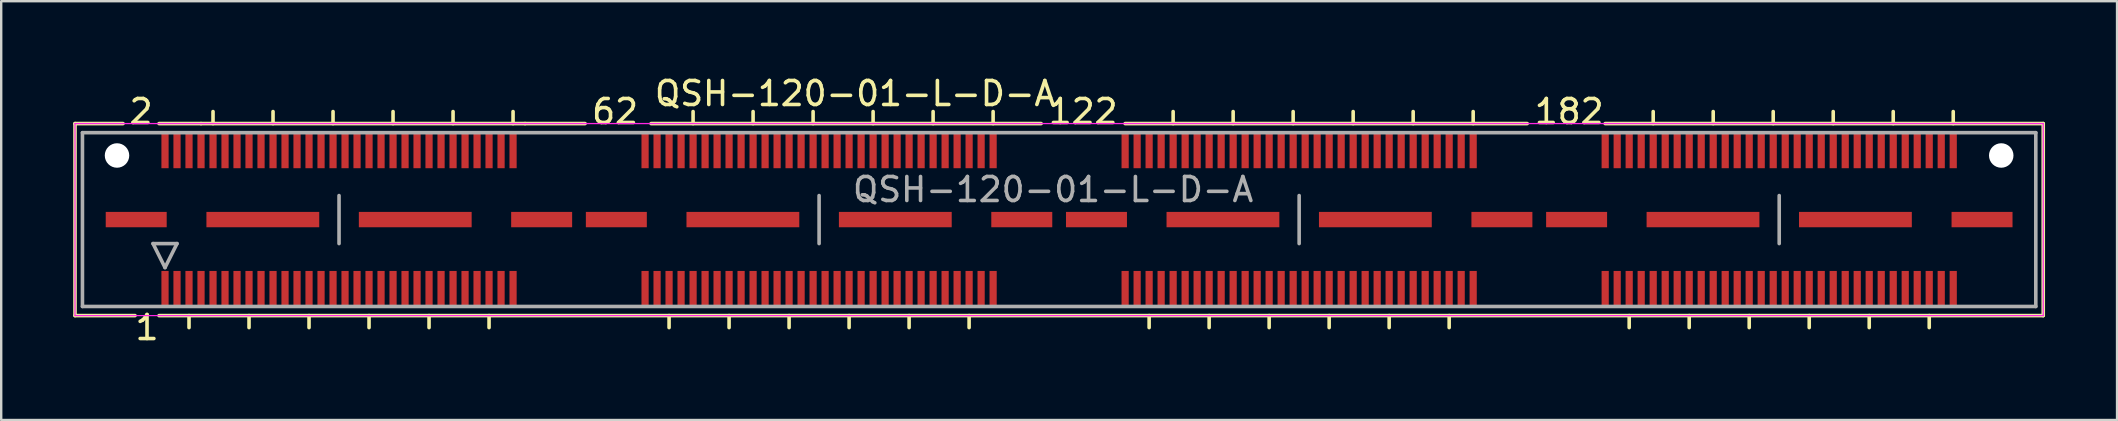
<source format=kicad_pcb>
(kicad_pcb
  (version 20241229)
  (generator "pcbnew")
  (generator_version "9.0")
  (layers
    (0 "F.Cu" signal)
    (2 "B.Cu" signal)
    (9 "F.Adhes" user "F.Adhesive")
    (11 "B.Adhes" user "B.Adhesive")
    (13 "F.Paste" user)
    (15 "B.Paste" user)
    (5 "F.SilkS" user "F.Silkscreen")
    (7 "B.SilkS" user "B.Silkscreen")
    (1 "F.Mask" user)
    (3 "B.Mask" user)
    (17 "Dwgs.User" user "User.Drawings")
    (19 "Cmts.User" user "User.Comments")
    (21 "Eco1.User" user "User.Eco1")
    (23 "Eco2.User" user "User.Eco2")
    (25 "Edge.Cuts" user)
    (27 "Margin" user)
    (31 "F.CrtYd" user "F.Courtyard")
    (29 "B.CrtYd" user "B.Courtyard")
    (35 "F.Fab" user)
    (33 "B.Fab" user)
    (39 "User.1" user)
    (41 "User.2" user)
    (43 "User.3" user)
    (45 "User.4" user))
  (footprint "QSH-120-01-L-D-A"
    (layer "F.Cu")
    (at 41.075 6.098)
    (property "Reference" "QSH-120-01-L-D-A" (at -8.5 -5.25 0) (layer "F.SilkS") (effects (font (size 1 1) (thickness 0.15))))
    (attr smd)
    (fp_line (start -41 -4) (end -41 4) (stroke (width 0.15) (type solid)) (layer "F.SilkS"))
    (fp_line (start -41 4) (end -38.5 4) (stroke (width 0.15) (type solid)) (layer "F.SilkS"))
    (fp_line (start -39 -4) (end -41 -4) (stroke (width 0.15) (type solid)) (layer "F.SilkS"))
    (fp_line (start -37.5 -4) (end -35.75 -4) (stroke (width 0.15) (type solid)) (layer "F.SilkS"))
    (fp_line (start -37.5 4) (end 41 4) (stroke (width 0.15) (type solid)) (layer "F.SilkS"))
    (fp_line (start -36.25 4) (end -36.25 4.5) (stroke (width 0.15) (type solid)) (layer "F.SilkS"))
    (fp_line (start -35.75 -4) (end -22.25 -4) (stroke (width 0.15) (type solid)) (layer "F.SilkS"))
    (fp_line (start -35.25 -4) (end -35.25 -4.5) (stroke (width 0.15) (type solid)) (layer "F.SilkS"))
    (fp_line (start -33.75 4) (end -33.75 4.5) (stroke (width 0.15) (type solid)) (layer "F.SilkS"))
    (fp_line (start -32.75 -4) (end -32.75 -4.5) (stroke (width 0.15) (type solid)) (layer "F.SilkS"))
    (fp_line (start -31.25 4) (end -31.25 4.5) (stroke (width 0.15) (type solid)) (layer "F.SilkS"))
    (fp_line (start -30.25 -4) (end -30.25 -4.5) (stroke (width 0.15) (type solid)) (layer "F.SilkS"))
    (fp_line (start -28.75 4) (end -28.75 4.5) (stroke (width 0.15) (type solid)) (layer "F.SilkS"))
    (fp_line (start -27.75 -4) (end -27.75 -4.5) (stroke (width 0.15) (type solid)) (layer "F.SilkS"))
    (fp_line (start -26.25 4) (end -26.25 4.5) (stroke (width 0.15) (type solid)) (layer "F.SilkS"))
    (fp_line (start -25.25 -4) (end -25.25 -4.5) (stroke (width 0.15) (type solid)) (layer "F.SilkS"))
    (fp_line (start -23.75 4) (end -23.75 4.5) (stroke (width 0.15) (type solid)) (layer "F.SilkS"))
    (fp_line (start -22.75 -4) (end -22.75 -4.5) (stroke (width 0.15) (type solid)) (layer "F.SilkS"))
    (fp_line (start -22.25 -4) (end -19.75 -4) (stroke (width 0.15) (type solid)) (layer "F.SilkS"))
    (fp_line (start -17 -4) (end -0.75 -4) (stroke (width 0.15) (type solid)) (layer "F.SilkS"))
    (fp_line (start -16.25 4) (end -16.25 4.5) (stroke (width 0.15) (type solid)) (layer "F.SilkS"))
    (fp_line (start -15.25 -4) (end -15.25 -4.5) (stroke (width 0.15) (type solid)) (layer "F.SilkS"))
    (fp_line (start -13.75 4) (end -13.75 4.5) (stroke (width 0.15) (type solid)) (layer "F.SilkS"))
    (fp_line (start -12.75 -4) (end -12.75 -4.5) (stroke (width 0.15) (type solid)) (layer "F.SilkS"))
    (fp_line (start -11.25 4) (end -11.25 4.5) (stroke (width 0.15) (type solid)) (layer "F.SilkS"))
    (fp_line (start -10.25 -4) (end -10.25 -4.5) (stroke (width 0.15) (type solid)) (layer "F.SilkS"))
    (fp_line (start -8.75 4) (end -8.75 4.5) (stroke (width 0.15) (type solid)) (layer "F.SilkS"))
    (fp_line (start -7.75 -4) (end -7.75 -4.5) (stroke (width 0.15) (type solid)) (layer "F.SilkS"))
    (fp_line (start -6.25 4) (end -6.25 4.5) (stroke (width 0.15) (type solid)) (layer "F.SilkS"))
    (fp_line (start -5.25 -4) (end -5.25 -4.5) (stroke (width 0.15) (type solid)) (layer "F.SilkS"))
    (fp_line (start -3.75 4.5) (end -3.75 4) (stroke (width 0.15) (type solid)) (layer "F.SilkS"))
    (fp_line (start -2.75 -4) (end -2.75 -4.5) (stroke (width 0.15) (type solid)) (layer "F.SilkS"))
    (fp_line (start 3.75 4) (end 3.75 4.5) (stroke (width 0.15) (type solid)) (layer "F.SilkS"))
    (fp_line (start 4.75 -4) (end 4.75 -4.5) (stroke (width 0.15) (type solid)) (layer "F.SilkS"))
    (fp_line (start 6.25 4) (end 6.25 4.5) (stroke (width 0.15) (type solid)) (layer "F.SilkS"))
    (fp_line (start 7.25 -4) (end 7.25 -4.5) (stroke (width 0.15) (type solid)) (layer "F.SilkS"))
    (fp_line (start 8.75 4) (end 8.75 4.5) (stroke (width 0.15) (type solid)) (layer "F.SilkS"))
    (fp_line (start 9.75 -4) (end 9.75 -4.5) (stroke (width 0.15) (type solid)) (layer "F.SilkS"))
    (fp_line (start 11.25 4) (end 11.25 4.5) (stroke (width 0.15) (type solid)) (layer "F.SilkS"))
    (fp_line (start 12.25 -4) (end 12.25 -4.5) (stroke (width 0.15) (type solid)) (layer "F.SilkS"))
    (fp_line (start 13.75 4) (end 13.75 4.5) (stroke (width 0.15) (type solid)) (layer "F.SilkS"))
    (fp_line (start 14.75 -4) (end 14.75 -4.5) (stroke (width 0.15) (type solid)) (layer "F.SilkS"))
    (fp_line (start 16.25 4) (end 16.25 4.5) (stroke (width 0.15) (type solid)) (layer "F.SilkS"))
    (fp_line (start 17.25 -4) (end 17.25 -4.5) (stroke (width 0.15) (type solid)) (layer "F.SilkS"))
    (fp_line (start 19.5 -4) (end 2.75 -4) (stroke (width 0.15) (type solid)) (layer "F.SilkS"))
    (fp_line (start 23.75 4) (end 23.75 4.5) (stroke (width 0.15) (type solid)) (layer "F.SilkS"))
    (fp_line (start 24.75 -4) (end 24.75 -4.5) (stroke (width 0.15) (type solid)) (layer "F.SilkS"))
    (fp_line (start 26.25 4) (end 26.25 4.5) (stroke (width 0.15) (type solid)) (layer "F.SilkS"))
    (fp_line (start 27.25 -4) (end 27.25 -4.5) (stroke (width 0.15) (type solid)) (layer "F.SilkS"))
    (fp_line (start 28.75 4) (end 28.75 4.5) (stroke (width 0.15) (type solid)) (layer "F.SilkS"))
    (fp_line (start 29.75 -4) (end 29.75 -4.5) (stroke (width 0.15) (type solid)) (layer "F.SilkS"))
    (fp_line (start 31.25 4) (end 31.25 4.5) (stroke (width 0.15) (type solid)) (layer "F.SilkS"))
    (fp_line (start 32.25 -4) (end 32.25 -4.5) (stroke (width 0.15) (type solid)) (layer "F.SilkS"))
    (fp_line (start 33.75 4) (end 33.75 4.5) (stroke (width 0.15) (type solid)) (layer "F.SilkS"))
    (fp_line (start 34.75 -4) (end 34.75 -4.5) (stroke (width 0.15) (type solid)) (layer "F.SilkS"))
    (fp_line (start 36.25 4) (end 36.25 4.5) (stroke (width 0.15) (type solid)) (layer "F.SilkS"))
    (fp_line (start 37.25 -4) (end 37.25 -4.5) (stroke (width 0.15) (type solid)) (layer "F.SilkS"))
    (fp_line (start 41 -4) (end 22.75 -4) (stroke (width 0.15) (type solid)) (layer "F.SilkS"))
    (fp_line (start 41 4) (end 41 -4) (stroke (width 0.15) (type solid)) (layer "F.SilkS"))
    (fp_line (start -41 -4) (end -41 4) (stroke (width 0.05) (type solid)) (layer "F.CrtYd"))
    (fp_line (start -41 -4) (end 41 -4) (stroke (width 0.05) (type solid)) (layer "F.CrtYd"))
    (fp_line (start 41 -4) (end 41 4) (stroke (width 0.05) (type solid)) (layer "F.CrtYd"))
    (fp_line (start 41 4) (end -41 4) (stroke (width 0.05) (type solid)) (layer "F.CrtYd"))
    (fp_line (start -40.69 -3.62) (end -40.69 3.62) (stroke (width 0.15) (type solid)) (layer "F.Fab"))
    (fp_line (start -40.69 3.62) (end 40.69 3.62) (stroke (width 0.15) (type solid)) (layer "F.Fab"))
    (fp_line (start -37.75 1) (end -36.75 1) (stroke (width 0.15) (type solid)) (layer "F.Fab"))
    (fp_line (start -37.25 2) (end -37.75 1) (stroke (width 0.15) (type solid)) (layer "F.Fab"))
    (fp_line (start -36.75 1) (end -37.25 2) (stroke (width 0.15) (type solid)) (layer "F.Fab"))
    (fp_line (start -30 -1) (end -30 1) (stroke (width 0.15) (type solid)) (layer "F.Fab"))
    (fp_line (start -10 -1) (end -10 1) (stroke (width 0.15) (type solid)) (layer "F.Fab"))
    (fp_line (start 10 -1) (end 10 1) (stroke (width 0.15) (type solid)) (layer "F.Fab"))
    (fp_line (start 30 -1) (end 30 1) (stroke (width 0.15) (type solid)) (layer "F.Fab"))
    (fp_line (start 40.69 -3.62) (end -40.69 -3.62) (stroke (width 0.15) (type solid)) (layer "F.Fab"))
    (fp_line (start 40.69 3.62) (end 40.69 -3.62) (stroke (width 0.15) (type solid)) (layer "F.Fab"))
    (fp_text user "62" (at -18.5 -4.5 0) (layer "F.SilkS") (effects (font (size 1 1) (thickness 0.15))))
    (fp_text user "182" (at 21.25 -4.5 0) (layer "F.SilkS") (effects (font (size 1 1) (thickness 0.15))))
    (fp_text user "2" (at -38.25 -4.5 0) (layer "F.SilkS") (effects (font (size 1 1) (thickness 0.15))))
    (fp_text user "122" (at 1 -4.5 0) (layer "F.SilkS") (effects (font (size 1 1) (thickness 0.15))))
    (fp_text user "1" (at -38 4.5 0) (layer "F.SilkS") (effects (font (size 1 1) (thickness 0.15))))
    (fp_text user "${REFERENCE}" (at -0.25 -1.25 0) (layer "F.Fab") (effects (font (size 1 1) (thickness 0.15))))
    (pad "" np_thru_hole circle (at -39.25 -2.67) (size 1.02 1.02) (drill 1.02) (layers "*.Cu" "*.Mask"))
    (pad "" np_thru_hole circle (at 39.25 -2.67) (size 1.02 1.02) (drill 1.02) (layers "*.Cu" "*.Mask"))
    (pad "1" smd rect (at -37.25 2.865) (size 0.3 1.45) (layers "F.Cu" "F.Mask" "F.Paste"))
    (pad "2" smd rect (at -37.25 -2.865) (size 0.3 1.45) (layers "F.Cu" "F.Mask" "F.Paste"))
    (pad "3" smd rect (at -36.75 2.865) (size 0.3 1.45) (layers "F.Cu" "F.Mask" "F.Paste"))
    (pad "4" smd rect (at -36.75 -2.865) (size 0.3 1.45) (layers "F.Cu" "F.Mask" "F.Paste"))
    (pad "5" smd rect (at -36.25 2.865) (size 0.3 1.45) (layers "F.Cu" "F.Mask" "F.Paste"))
    (pad "6" smd rect (at -36.25 -2.865) (size 0.3 1.45) (layers "F.Cu" "F.Mask" "F.Paste"))
    (pad "7" smd rect (at -35.75 2.865) (size 0.3 1.45) (layers "F.Cu" "F.Mask" "F.Paste"))
    (pad "8" smd rect (at -35.75 -2.865) (size 0.3 1.45) (layers "F.Cu" "F.Mask" "F.Paste"))
    (pad "9" smd rect (at -35.25 2.865) (size 0.3 1.45) (layers "F.Cu" "F.Mask" "F.Paste"))
    (pad "10" smd rect (at -35.25 -2.865) (size 0.3 1.45) (layers "F.Cu" "F.Mask" "F.Paste"))
    (pad "11" smd rect (at -34.75 2.865) (size 0.3 1.45) (layers "F.Cu" "F.Mask" "F.Paste"))
    (pad "12" smd rect (at -34.75 -2.865) (size 0.3 1.45) (layers "F.Cu" "F.Mask" "F.Paste"))
    (pad "13" smd rect (at -34.25 2.865) (size 0.3 1.45) (layers "F.Cu" "F.Mask" "F.Paste"))
    (pad "14" smd rect (at -34.25 -2.865) (size 0.3 1.45) (layers "F.Cu" "F.Mask" "F.Paste"))
    (pad "15" smd rect (at -33.75 2.865) (size 0.3 1.45) (layers "F.Cu" "F.Mask" "F.Paste"))
    (pad "16" smd rect (at -33.75 -2.865) (size 0.3 1.45) (layers "F.Cu" "F.Mask" "F.Paste"))
    (pad "17" smd rect (at -33.25 2.865) (size 0.3 1.45) (layers "F.Cu" "F.Mask" "F.Paste"))
    (pad "18" smd rect (at -33.25 -2.865) (size 0.3 1.45) (layers "F.Cu" "F.Mask" "F.Paste"))
    (pad "19" smd rect (at -32.75 2.865) (size 0.3 1.45) (layers "F.Cu" "F.Mask" "F.Paste"))
    (pad "20" smd rect (at -32.75 -2.865) (size 0.3 1.45) (layers "F.Cu" "F.Mask" "F.Paste"))
    (pad "21" smd rect (at -32.25 2.865) (size 0.3 1.45) (layers "F.Cu" "F.Mask" "F.Paste"))
    (pad "22" smd rect (at -32.25 -2.865) (size 0.3 1.45) (layers "F.Cu" "F.Mask" "F.Paste"))
    (pad "23" smd rect (at -31.75 2.865) (size 0.3 1.45) (layers "F.Cu" "F.Mask" "F.Paste"))
    (pad "24" smd rect (at -31.75 -2.865) (size 0.3 1.45) (layers "F.Cu" "F.Mask" "F.Paste"))
    (pad "25" smd rect (at -31.25 2.865) (size 0.3 1.45) (layers "F.Cu" "F.Mask" "F.Paste"))
    (pad "26" smd rect (at -31.25 -2.865) (size 0.3 1.45) (layers "F.Cu" "F.Mask" "F.Paste"))
    (pad "27" smd rect (at -30.75 2.865) (size 0.3 1.45) (layers "F.Cu" "F.Mask" "F.Paste"))
    (pad "28" smd rect (at -30.75 -2.865) (size 0.3 1.45) (layers "F.Cu" "F.Mask" "F.Paste"))
    (pad "29" smd rect (at -30.25 2.865) (size 0.3 1.45) (layers "F.Cu" "F.Mask" "F.Paste"))
    (pad "30" smd rect (at -30.25 -2.865) (size 0.3 1.45) (layers "F.Cu" "F.Mask" "F.Paste"))
    (pad "31" smd rect (at -29.75 2.865) (size 0.3 1.45) (layers "F.Cu" "F.Mask" "F.Paste"))
    (pad "32" smd rect (at -29.75 -2.865) (size 0.3 1.45) (layers "F.Cu" "F.Mask" "F.Paste"))
    (pad "33" smd rect (at -29.25 2.865) (size 0.3 1.45) (layers "F.Cu" "F.Mask" "F.Paste"))
    (pad "34" smd rect (at -29.25 -2.865) (size 0.3 1.45) (layers "F.Cu" "F.Mask" "F.Paste"))
    (pad "35" smd rect (at -28.75 2.865) (size 0.3 1.45) (layers "F.Cu" "F.Mask" "F.Paste"))
    (pad "36" smd rect (at -28.75 -2.865) (size 0.3 1.45) (layers "F.Cu" "F.Mask" "F.Paste"))
    (pad "37" smd rect (at -28.25 2.865) (size 0.3 1.45) (layers "F.Cu" "F.Mask" "F.Paste"))
    (pad "38" smd rect (at -28.25 -2.865) (size 0.3 1.45) (layers "F.Cu" "F.Mask" "F.Paste"))
    (pad "39" smd rect (at -27.75 2.865) (size 0.3 1.45) (layers "F.Cu" "F.Mask" "F.Paste"))
    (pad "40" smd rect (at -27.75 -2.865) (size 0.3 1.45) (layers "F.Cu" "F.Mask" "F.Paste"))
    (pad "41" smd rect (at -27.25 2.865) (size 0.3 1.45) (layers "F.Cu" "F.Mask" "F.Paste"))
    (pad "42" smd rect (at -27.25 -2.865) (size 0.3 1.45) (layers "F.Cu" "F.Mask" "F.Paste"))
    (pad "43" smd rect (at -26.75 2.865) (size 0.3 1.45) (layers "F.Cu" "F.Mask" "F.Paste"))
    (pad "44" smd rect (at -26.75 -2.865) (size 0.3 1.45) (layers "F.Cu" "F.Mask" "F.Paste"))
    (pad "45" smd rect (at -26.25 2.865) (size 0.3 1.45) (layers "F.Cu" "F.Mask" "F.Paste"))
    (pad "46" smd rect (at -26.25 -2.865) (size 0.3 1.45) (layers "F.Cu" "F.Mask" "F.Paste"))
    (pad "47" smd rect (at -25.75 2.865) (size 0.3 1.45) (layers "F.Cu" "F.Mask" "F.Paste"))
    (pad "48" smd rect (at -25.75 -2.865) (size 0.3 1.45) (layers "F.Cu" "F.Mask" "F.Paste"))
    (pad "49" smd rect (at -25.25 2.865) (size 0.3 1.45) (layers "F.Cu" "F.Mask" "F.Paste"))
    (pad "50" smd rect (at -25.25 -2.865) (size 0.3 1.45) (layers "F.Cu" "F.Mask" "F.Paste"))
    (pad "51" smd rect (at -24.75 2.865) (size 0.3 1.45) (layers "F.Cu" "F.Mask" "F.Paste"))
    (pad "52" smd rect (at -24.75 -2.865) (size 0.3 1.45) (layers "F.Cu" "F.Mask" "F.Paste"))
    (pad "53" smd rect (at -24.25 2.865) (size 0.3 1.45) (layers "F.Cu" "F.Mask" "F.Paste"))
    (pad "54" smd rect (at -24.25 -2.865) (size 0.3 1.45) (layers "F.Cu" "F.Mask" "F.Paste"))
    (pad "55" smd rect (at -23.75 2.865) (size 0.3 1.45) (layers "F.Cu" "F.Mask" "F.Paste"))
    (pad "56" smd rect (at -23.75 -2.865) (size 0.3 1.45) (layers "F.Cu" "F.Mask" "F.Paste"))
    (pad "57" smd rect (at -23.25 2.865) (size 0.3 1.45) (layers "F.Cu" "F.Mask" "F.Paste"))
    (pad "58" smd rect (at -23.25 -2.865) (size 0.3 1.45) (layers "F.Cu" "F.Mask" "F.Paste"))
    (pad "59" smd rect (at -22.75 2.865) (size 0.3 1.45) (layers "F.Cu" "F.Mask" "F.Paste"))
    (pad "60" smd rect (at -22.75 -2.865) (size 0.3 1.45) (layers "F.Cu" "F.Mask" "F.Paste"))
    (pad "61" smd rect (at -17.25 2.865) (size 0.3 1.45) (layers "F.Cu" "F.Mask" "F.Paste"))
    (pad "62" smd rect (at -17.25 -2.865) (size 0.3 1.45) (layers "F.Cu" "F.Mask" "F.Paste"))
    (pad "63" smd rect (at -16.75 2.865) (size 0.3 1.45) (layers "F.Cu" "F.Mask" "F.Paste"))
    (pad "64" smd rect (at -16.75 -2.865) (size 0.3 1.45) (layers "F.Cu" "F.Mask" "F.Paste"))
    (pad "65" smd rect (at -16.25 2.865) (size 0.3 1.45) (layers "F.Cu" "F.Mask" "F.Paste"))
    (pad "66" smd rect (at -16.25 -2.865) (size 0.3 1.45) (layers "F.Cu" "F.Mask" "F.Paste"))
    (pad "67" smd rect (at -15.75 2.865) (size 0.3 1.45) (layers "F.Cu" "F.Mask" "F.Paste"))
    (pad "68" smd rect (at -15.75 -2.865) (size 0.3 1.45) (layers "F.Cu" "F.Mask" "F.Paste"))
    (pad "69" smd rect (at -15.25 2.865) (size 0.3 1.45) (layers "F.Cu" "F.Mask" "F.Paste"))
    (pad "70" smd rect (at -15.25 -2.865) (size 0.3 1.45) (layers "F.Cu" "F.Mask" "F.Paste"))
    (pad "71" smd rect (at -14.75 2.865) (size 0.3 1.45) (layers "F.Cu" "F.Mask" "F.Paste"))
    (pad "72" smd rect (at -14.75 -2.865) (size 0.3 1.45) (layers "F.Cu" "F.Mask" "F.Paste"))
    (pad "73" smd rect (at -14.25 2.865) (size 0.3 1.45) (layers "F.Cu" "F.Mask" "F.Paste"))
    (pad "74" smd rect (at -14.25 -2.865) (size 0.3 1.45) (layers "F.Cu" "F.Mask" "F.Paste"))
    (pad "75" smd rect (at -13.75 2.865) (size 0.3 1.45) (layers "F.Cu" "F.Mask" "F.Paste"))
    (pad "76" smd rect (at -13.75 -2.865) (size 0.3 1.45) (layers "F.Cu" "F.Mask" "F.Paste"))
    (pad "77" smd rect (at -13.25 2.865) (size 0.3 1.45) (layers "F.Cu" "F.Mask" "F.Paste"))
    (pad "78" smd rect (at -13.25 -2.865) (size 0.3 1.45) (layers "F.Cu" "F.Mask" "F.Paste"))
    (pad "79" smd rect (at -12.75 2.865) (size 0.3 1.45) (layers "F.Cu" "F.Mask" "F.Paste"))
    (pad "80" smd rect (at -12.75 -2.865) (size 0.3 1.45) (layers "F.Cu" "F.Mask" "F.Paste"))
    (pad "81" smd rect (at -12.25 2.865) (size 0.3 1.45) (layers "F.Cu" "F.Mask" "F.Paste"))
    (pad "82" smd rect (at -12.25 -2.865) (size 0.3 1.45) (layers "F.Cu" "F.Mask" "F.Paste"))
    (pad "83" smd rect (at -11.75 2.865) (size 0.3 1.45) (layers "F.Cu" "F.Mask" "F.Paste"))
    (pad "84" smd rect (at -11.75 -2.865) (size 0.3 1.45) (layers "F.Cu" "F.Mask" "F.Paste"))
    (pad "85" smd rect (at -11.25 2.865) (size 0.3 1.45) (layers "F.Cu" "F.Mask" "F.Paste"))
    (pad "86" smd rect (at -11.25 -2.865) (size 0.3 1.45) (layers "F.Cu" "F.Mask" "F.Paste"))
    (pad "87" smd rect (at -10.75 2.865) (size 0.3 1.45) (layers "F.Cu" "F.Mask" "F.Paste"))
    (pad "88" smd rect (at -10.75 -2.865) (size 0.3 1.45) (layers "F.Cu" "F.Mask" "F.Paste"))
    (pad "89" smd rect (at -10.25 2.865) (size 0.3 1.45) (layers "F.Cu" "F.Mask" "F.Paste"))
    (pad "90" smd rect (at -10.25 -2.865) (size 0.3 1.45) (layers "F.Cu" "F.Mask" "F.Paste"))
    (pad "91" smd rect (at -9.75 2.865) (size 0.3 1.45) (layers "F.Cu" "F.Mask" "F.Paste"))
    (pad "92" smd rect (at -9.75 -2.865) (size 0.3 1.45) (layers "F.Cu" "F.Mask" "F.Paste"))
    (pad "93" smd rect (at -9.25 2.865) (size 0.3 1.45) (layers "F.Cu" "F.Mask" "F.Paste"))
    (pad "94" smd rect (at -9.25 -2.865) (size 0.3 1.45) (layers "F.Cu" "F.Mask" "F.Paste"))
    (pad "95" smd rect (at -8.75 2.865) (size 0.3 1.45) (layers "F.Cu" "F.Mask" "F.Paste"))
    (pad "96" smd rect (at -8.75 -2.865) (size 0.3 1.45) (layers "F.Cu" "F.Mask" "F.Paste"))
    (pad "97" smd rect (at -8.25 2.865) (size 0.3 1.45) (layers "F.Cu" "F.Mask" "F.Paste"))
    (pad "98" smd rect (at -8.25 -2.865) (size 0.3 1.45) (layers "F.Cu" "F.Mask" "F.Paste"))
    (pad "99" smd rect (at -7.75 2.865) (size 0.3 1.45) (layers "F.Cu" "F.Mask" "F.Paste"))
    (pad "100" smd rect (at -7.75 -2.865) (size 0.3 1.45) (layers "F.Cu" "F.Mask" "F.Paste"))
    (pad "101" smd rect (at -7.25 2.865) (size 0.3 1.45) (layers "F.Cu" "F.Mask" "F.Paste"))
    (pad "102" smd rect (at -7.25 -2.865) (size 0.3 1.45) (layers "F.Cu" "F.Mask" "F.Paste"))
    (pad "103" smd rect (at -6.75 2.865) (size 0.3 1.45) (layers "F.Cu" "F.Mask" "F.Paste"))
    (pad "104" smd rect (at -6.75 -2.865) (size 0.3 1.45) (layers "F.Cu" "F.Mask" "F.Paste"))
    (pad "105" smd rect (at -6.25 2.865) (size 0.3 1.45) (layers "F.Cu" "F.Mask" "F.Paste"))
    (pad "106" smd rect (at -6.25 -2.865) (size 0.3 1.45) (layers "F.Cu" "F.Mask" "F.Paste"))
    (pad "107" smd rect (at -5.75 2.865) (size 0.3 1.45) (layers "F.Cu" "F.Mask" "F.Paste"))
    (pad "108" smd rect (at -5.75 -2.865) (size 0.3 1.45) (layers "F.Cu" "F.Mask" "F.Paste"))
    (pad "109" smd rect (at -5.25 2.865) (size 0.3 1.45) (layers "F.Cu" "F.Mask" "F.Paste"))
    (pad "110" smd rect (at -5.25 -2.865) (size 0.3 1.45) (layers "F.Cu" "F.Mask" "F.Paste"))
    (pad "111" smd rect (at -4.75 2.865) (size 0.3 1.45) (layers "F.Cu" "F.Mask" "F.Paste"))
    (pad "112" smd rect (at -4.75 -2.865) (size 0.3 1.45) (layers "F.Cu" "F.Mask" "F.Paste"))
    (pad "113" smd rect (at -4.25 2.865) (size 0.3 1.45) (layers "F.Cu" "F.Mask" "F.Paste"))
    (pad "114" smd rect (at -4.25 -2.865) (size 0.3 1.45) (layers "F.Cu" "F.Mask" "F.Paste"))
    (pad "115" smd rect (at -3.75 2.865) (size 0.3 1.45) (layers "F.Cu" "F.Mask" "F.Paste"))
    (pad "116" smd rect (at -3.75 -2.865) (size 0.3 1.45) (layers "F.Cu" "F.Mask" "F.Paste"))
    (pad "117" smd rect (at -3.25 2.865) (size 0.3 1.45) (layers "F.Cu" "F.Mask" "F.Paste"))
    (pad "118" smd rect (at -3.25 -2.865) (size 0.3 1.45) (layers "F.Cu" "F.Mask" "F.Paste"))
    (pad "119" smd rect (at -2.75 2.865) (size 0.3 1.45) (layers "F.Cu" "F.Mask" "F.Paste"))
    (pad "120" smd rect (at -2.75 -2.865) (size 0.3 1.45) (layers "F.Cu" "F.Mask" "F.Paste"))
    (pad "121" smd rect (at 2.75 2.865) (size 0.3 1.45) (layers "F.Cu" "F.Mask" "F.Paste"))
    (pad "122" smd rect (at 2.75 -2.865) (size 0.3 1.45) (layers "F.Cu" "F.Mask" "F.Paste"))
    (pad "123" smd rect (at 3.25 2.865) (size 0.3 1.45) (layers "F.Cu" "F.Mask" "F.Paste"))
    (pad "124" smd rect (at 3.25 -2.865) (size 0.3 1.45) (layers "F.Cu" "F.Mask" "F.Paste"))
    (pad "125" smd rect (at 3.75 2.865) (size 0.3 1.45) (layers "F.Cu" "F.Mask" "F.Paste"))
    (pad "126" smd rect (at 3.75 -2.865) (size 0.3 1.45) (layers "F.Cu" "F.Mask" "F.Paste"))
    (pad "127" smd rect (at 4.25 2.865) (size 0.3 1.45) (layers "F.Cu" "F.Mask" "F.Paste"))
    (pad "128" smd rect (at 4.25 -2.865) (size 0.3 1.45) (layers "F.Cu" "F.Mask" "F.Paste"))
    (pad "129" smd rect (at 4.75 2.865) (size 0.3 1.45) (layers "F.Cu" "F.Mask" "F.Paste"))
    (pad "130" smd rect (at 4.75 -2.865) (size 0.3 1.45) (layers "F.Cu" "F.Mask" "F.Paste"))
    (pad "131" smd rect (at 5.25 2.865) (size 0.3 1.45) (layers "F.Cu" "F.Mask" "F.Paste"))
    (pad "132" smd rect (at 5.25 -2.865) (size 0.3 1.45) (layers "F.Cu" "F.Mask" "F.Paste"))
    (pad "133" smd rect (at 5.75 2.865) (size 0.3 1.45) (layers "F.Cu" "F.Mask" "F.Paste"))
    (pad "134" smd rect (at 5.75 -2.865) (size 0.3 1.45) (layers "F.Cu" "F.Mask" "F.Paste"))
    (pad "135" smd rect (at 6.25 2.865) (size 0.3 1.45) (layers "F.Cu" "F.Mask" "F.Paste"))
    (pad "136" smd rect (at 6.25 -2.865) (size 0.3 1.45) (layers "F.Cu" "F.Mask" "F.Paste"))
    (pad "137" smd rect (at 6.75 2.865) (size 0.3 1.45) (layers "F.Cu" "F.Mask" "F.Paste"))
    (pad "138" smd rect (at 6.75 -2.865) (size 0.3 1.45) (layers "F.Cu" "F.Mask" "F.Paste"))
    (pad "139" smd rect (at 7.25 2.865) (size 0.3 1.45) (layers "F.Cu" "F.Mask" "F.Paste"))
    (pad "140" smd rect (at 7.25 -2.865) (size 0.3 1.45) (layers "F.Cu" "F.Mask" "F.Paste"))
    (pad "141" smd rect (at 7.75 2.865) (size 0.3 1.45) (layers "F.Cu" "F.Mask" "F.Paste"))
    (pad "142" smd rect (at 7.75 -2.865) (size 0.3 1.45) (layers "F.Cu" "F.Mask" "F.Paste"))
    (pad "143" smd rect (at 8.25 2.865) (size 0.3 1.45) (layers "F.Cu" "F.Mask" "F.Paste"))
    (pad "144" smd rect (at 8.25 -2.865) (size 0.3 1.45) (layers "F.Cu" "F.Mask" "F.Paste"))
    (pad "145" smd rect (at 8.75 2.865) (size 0.3 1.45) (layers "F.Cu" "F.Mask" "F.Paste"))
    (pad "146" smd rect (at 8.75 -2.865) (size 0.3 1.45) (layers "F.Cu" "F.Mask" "F.Paste"))
    (pad "147" smd rect (at 9.25 2.865) (size 0.3 1.45) (layers "F.Cu" "F.Mask" "F.Paste"))
    (pad "148" smd rect (at 9.25 -2.865) (size 0.3 1.45) (layers "F.Cu" "F.Mask" "F.Paste"))
    (pad "149" smd rect (at 9.75 2.865) (size 0.3 1.45) (layers "F.Cu" "F.Mask" "F.Paste"))
    (pad "150" smd rect (at 9.75 -2.865) (size 0.3 1.45) (layers "F.Cu" "F.Mask" "F.Paste"))
    (pad "151" smd rect (at 10.25 2.865) (size 0.3 1.45) (layers "F.Cu" "F.Mask" "F.Paste"))
    (pad "152" smd rect (at 10.25 -2.865) (size 0.3 1.45) (layers "F.Cu" "F.Mask" "F.Paste"))
    (pad "153" smd rect (at 10.75 2.865) (size 0.3 1.45) (layers "F.Cu" "F.Mask" "F.Paste"))
    (pad "154" smd rect (at 10.75 -2.865) (size 0.3 1.45) (layers "F.Cu" "F.Mask" "F.Paste"))
    (pad "155" smd rect (at 11.25 2.865) (size 0.3 1.45) (layers "F.Cu" "F.Mask" "F.Paste"))
    (pad "156" smd rect (at 11.25 -2.865) (size 0.3 1.45) (layers "F.Cu" "F.Mask" "F.Paste"))
    (pad "157" smd rect (at 11.75 2.865) (size 0.3 1.45) (layers "F.Cu" "F.Mask" "F.Paste"))
    (pad "158" smd rect (at 11.75 -2.865) (size 0.3 1.45) (layers "F.Cu" "F.Mask" "F.Paste"))
    (pad "159" smd rect (at 12.25 2.865) (size 0.3 1.45) (layers "F.Cu" "F.Mask" "F.Paste"))
    (pad "160" smd rect (at 12.25 -2.865) (size 0.3 1.45) (layers "F.Cu" "F.Mask" "F.Paste"))
    (pad "161" smd rect (at 12.75 2.865) (size 0.3 1.45) (layers "F.Cu" "F.Mask" "F.Paste"))
    (pad "162" smd rect (at 12.75 -2.865) (size 0.3 1.45) (layers "F.Cu" "F.Mask" "F.Paste"))
    (pad "163" smd rect (at 13.25 2.865) (size 0.3 1.45) (layers "F.Cu" "F.Mask" "F.Paste"))
    (pad "164" smd rect (at 13.25 -2.865) (size 0.3 1.45) (layers "F.Cu" "F.Mask" "F.Paste"))
    (pad "165" smd rect (at 13.75 2.865) (size 0.3 1.45) (layers "F.Cu" "F.Mask" "F.Paste"))
    (pad "166" smd rect (at 13.75 -2.865) (size 0.3 1.45) (layers "F.Cu" "F.Mask" "F.Paste"))
    (pad "167" smd rect (at 14.25 2.865) (size 0.3 1.45) (layers "F.Cu" "F.Mask" "F.Paste"))
    (pad "168" smd rect (at 14.25 -2.865) (size 0.3 1.45) (layers "F.Cu" "F.Mask" "F.Paste"))
    (pad "169" smd rect (at 14.75 2.865) (size 0.3 1.45) (layers "F.Cu" "F.Mask" "F.Paste"))
    (pad "170" smd rect (at 14.75 -2.865) (size 0.3 1.45) (layers "F.Cu" "F.Mask" "F.Paste"))
    (pad "171" smd rect (at 15.25 2.865) (size 0.3 1.45) (layers "F.Cu" "F.Mask" "F.Paste"))
    (pad "172" smd rect (at 15.25 -2.865) (size 0.3 1.45) (layers "F.Cu" "F.Mask" "F.Paste"))
    (pad "173" smd rect (at 15.75 2.865) (size 0.3 1.45) (layers "F.Cu" "F.Mask" "F.Paste"))
    (pad "174" smd rect (at 15.75 -2.865) (size 0.3 1.45) (layers "F.Cu" "F.Mask" "F.Paste"))
    (pad "175" smd rect (at 16.25 2.865) (size 0.3 1.45) (layers "F.Cu" "F.Mask" "F.Paste"))
    (pad "176" smd rect (at 16.25 -2.865) (size 0.3 1.45) (layers "F.Cu" "F.Mask" "F.Paste"))
    (pad "177" smd rect (at 16.75 2.865) (size 0.3 1.45) (layers "F.Cu" "F.Mask" "F.Paste"))
    (pad "178" smd rect (at 16.75 -2.865) (size 0.3 1.45) (layers "F.Cu" "F.Mask" "F.Paste"))
    (pad "179" smd rect (at 17.25 2.865) (size 0.3 1.45) (layers "F.Cu" "F.Mask" "F.Paste"))
    (pad "180" smd rect (at 17.25 -2.865) (size 0.3 1.45) (layers "F.Cu" "F.Mask" "F.Paste"))
    (pad "181" smd rect (at 22.75 2.865) (size 0.3 1.45) (layers "F.Cu" "F.Mask" "F.Paste"))
    (pad "182" smd rect (at 22.75 -2.865) (size 0.3 1.45) (layers "F.Cu" "F.Mask" "F.Paste"))
    (pad "183" smd rect (at 23.25 2.865) (size 0.3 1.45) (layers "F.Cu" "F.Mask" "F.Paste"))
    (pad "184" smd rect (at 23.25 -2.865) (size 0.3 1.45) (layers "F.Cu" "F.Mask" "F.Paste"))
    (pad "185" smd rect (at 23.75 2.865) (size 0.3 1.45) (layers "F.Cu" "F.Mask" "F.Paste"))
    (pad "186" smd rect (at 23.75 -2.865) (size 0.3 1.45) (layers "F.Cu" "F.Mask" "F.Paste"))
    (pad "187" smd rect (at 24.25 2.865) (size 0.3 1.45) (layers "F.Cu" "F.Mask" "F.Paste"))
    (pad "188" smd rect (at 24.25 -2.865) (size 0.3 1.45) (layers "F.Cu" "F.Mask" "F.Paste"))
    (pad "189" smd rect (at 24.75 2.865) (size 0.3 1.45) (layers "F.Cu" "F.Mask" "F.Paste"))
    (pad "190" smd rect (at 24.75 -2.865) (size 0.3 1.45) (layers "F.Cu" "F.Mask" "F.Paste"))
    (pad "191" smd rect (at 25.25 2.865) (size 0.3 1.45) (layers "F.Cu" "F.Mask" "F.Paste"))
    (pad "192" smd rect (at 25.25 -2.865) (size 0.3 1.45) (layers "F.Cu" "F.Mask" "F.Paste"))
    (pad "193" smd rect (at 25.75 2.865) (size 0.3 1.45) (layers "F.Cu" "F.Mask" "F.Paste"))
    (pad "194" smd rect (at 25.75 -2.865) (size 0.3 1.45) (layers "F.Cu" "F.Mask" "F.Paste"))
    (pad "195" smd rect (at 26.25 2.865) (size 0.3 1.45) (layers "F.Cu" "F.Mask" "F.Paste"))
    (pad "196" smd rect (at 26.25 -2.865) (size 0.3 1.45) (layers "F.Cu" "F.Mask" "F.Paste"))
    (pad "197" smd rect (at 26.75 2.865) (size 0.3 1.45) (layers "F.Cu" "F.Mask" "F.Paste"))
    (pad "198" smd rect (at 26.75 -2.865) (size 0.3 1.45) (layers "F.Cu" "F.Mask" "F.Paste"))
    (pad "199" smd rect (at 27.25 2.865) (size 0.3 1.45) (layers "F.Cu" "F.Mask" "F.Paste"))
    (pad "200" smd rect (at 27.25 -2.865) (size 0.3 1.45) (layers "F.Cu" "F.Mask" "F.Paste"))
    (pad "201" smd rect (at 27.75 2.865) (size 0.3 1.45) (layers "F.Cu" "F.Mask" "F.Paste"))
    (pad "202" smd rect (at 27.75 -2.865) (size 0.3 1.45) (layers "F.Cu" "F.Mask" "F.Paste"))
    (pad "203" smd rect (at 28.25 2.865) (size 0.3 1.45) (layers "F.Cu" "F.Mask" "F.Paste"))
    (pad "204" smd rect (at 28.25 -2.865) (size 0.3 1.45) (layers "F.Cu" "F.Mask" "F.Paste"))
    (pad "205" smd rect (at 28.75 2.865) (size 0.3 1.45) (layers "F.Cu" "F.Mask" "F.Paste"))
    (pad "206" smd rect (at 28.75 -2.865) (size 0.3 1.45) (layers "F.Cu" "F.Mask" "F.Paste"))
    (pad "207" smd rect (at 29.25 2.865) (size 0.3 1.45) (layers "F.Cu" "F.Mask" "F.Paste"))
    (pad "208" smd rect (at 29.25 -2.865) (size 0.3 1.45) (layers "F.Cu" "F.Mask" "F.Paste"))
    (pad "209" smd rect (at 29.75 2.865) (size 0.3 1.45) (layers "F.Cu" "F.Mask" "F.Paste"))
    (pad "210" smd rect (at 29.75 -2.865) (size 0.3 1.45) (layers "F.Cu" "F.Mask" "F.Paste"))
    (pad "211" smd rect (at 30.25 2.865) (size 0.3 1.45) (layers "F.Cu" "F.Mask" "F.Paste"))
    (pad "212" smd rect (at 30.25 -2.865) (size 0.3 1.45) (layers "F.Cu" "F.Mask" "F.Paste"))
    (pad "213" smd rect (at 30.75 2.865) (size 0.3 1.45) (layers "F.Cu" "F.Mask" "F.Paste"))
    (pad "214" smd rect (at 30.75 -2.865) (size 0.3 1.45) (layers "F.Cu" "F.Mask" "F.Paste"))
    (pad "215" smd rect (at 31.25 2.865) (size 0.3 1.45) (layers "F.Cu" "F.Mask" "F.Paste"))
    (pad "216" smd rect (at 31.25 -2.865) (size 0.3 1.45) (layers "F.Cu" "F.Mask" "F.Paste"))
    (pad "217" smd rect (at 31.75 2.865) (size 0.3 1.45) (layers "F.Cu" "F.Mask" "F.Paste"))
    (pad "218" smd rect (at 31.75 -2.865) (size 0.3 1.45) (layers "F.Cu" "F.Mask" "F.Paste"))
    (pad "219" smd rect (at 32.25 2.865) (size 0.3 1.45) (layers "F.Cu" "F.Mask" "F.Paste"))
    (pad "220" smd rect (at 32.25 -2.865) (size 0.3 1.45) (layers "F.Cu" "F.Mask" "F.Paste"))
    (pad "221" smd rect (at 32.75 2.865) (size 0.3 1.45) (layers "F.Cu" "F.Mask" "F.Paste"))
    (pad "222" smd rect (at 32.75 -2.865) (size 0.3 1.45) (layers "F.Cu" "F.Mask" "F.Paste"))
    (pad "223" smd rect (at 33.25 2.865) (size 0.3 1.45) (layers "F.Cu" "F.Mask" "F.Paste"))
    (pad "224" smd rect (at 33.25 -2.865) (size 0.3 1.45) (layers "F.Cu" "F.Mask" "F.Paste"))
    (pad "225" smd rect (at 33.75 2.865) (size 0.3 1.45) (layers "F.Cu" "F.Mask" "F.Paste"))
    (pad "226" smd rect (at 33.75 -2.865) (size 0.3 1.45) (layers "F.Cu" "F.Mask" "F.Paste"))
    (pad "227" smd rect (at 34.25 2.865) (size 0.3 1.45) (layers "F.Cu" "F.Mask" "F.Paste"))
    (pad "228" smd rect (at 34.25 -2.865) (size 0.3 1.45) (layers "F.Cu" "F.Mask" "F.Paste"))
    (pad "229" smd rect (at 34.75 2.865) (size 0.3 1.45) (layers "F.Cu" "F.Mask" "F.Paste"))
    (pad "230" smd rect (at 34.75 -2.865) (size 0.3 1.45) (layers "F.Cu" "F.Mask" "F.Paste"))
    (pad "231" smd rect (at 35.25 2.865) (size 0.3 1.45) (layers "F.Cu" "F.Mask" "F.Paste"))
    (pad "232" smd rect (at 35.25 -2.865) (size 0.3 1.45) (layers "F.Cu" "F.Mask" "F.Paste"))
    (pad "233" smd rect (at 35.75 2.865) (size 0.3 1.45) (layers "F.Cu" "F.Mask" "F.Paste"))
    (pad "234" smd rect (at 35.75 -2.865) (size 0.3 1.45) (layers "F.Cu" "F.Mask" "F.Paste"))
    (pad "235" smd rect (at 36.25 2.865) (size 0.3 1.45) (layers "F.Cu" "F.Mask" "F.Paste"))
    (pad "236" smd rect (at 36.25 -2.865) (size 0.3 1.45) (layers "F.Cu" "F.Mask" "F.Paste"))
    (pad "237" smd rect (at 36.75 2.865) (size 0.3 1.45) (layers "F.Cu" "F.Mask" "F.Paste"))
    (pad "238" smd rect (at 36.75 -2.865) (size 0.3 1.45) (layers "F.Cu" "F.Mask" "F.Paste"))
    (pad "239" smd rect (at 37.25 2.865) (size 0.3 1.45) (layers "F.Cu" "F.Mask" "F.Paste"))
    (pad "240" smd rect (at 37.25 -2.865) (size 0.3 1.45) (layers "F.Cu" "F.Mask" "F.Paste"))
    (pad "241" smd rect (at -38.45 0) (size 2.54 0.64) (layers "F.Cu" "F.Mask" "F.Paste"))
    (pad "242" smd rect (at -33.175 0) (size 4.7 0.64) (layers "F.Cu" "F.Mask" "F.Paste"))
    (pad "243" smd rect (at -26.825 0) (size 4.7 0.64) (layers "F.Cu" "F.Mask" "F.Paste"))
    (pad "244" smd rect (at -21.559 0) (size 2.54 0.64) (layers "F.Cu" "F.Mask" "F.Paste"))
    (pad "245" smd rect (at -18.447 0) (size 2.54 0.64) (layers "F.Cu" "F.Mask" "F.Paste"))
    (pad "246" smd rect (at -13.175 0) (size 4.7 0.64) (layers "F.Cu" "F.Mask" "F.Paste"))
    (pad "247" smd rect (at -6.825 0) (size 4.7 0.64) (layers "F.Cu" "F.Mask" "F.Paste"))
    (pad "248" smd rect (at -1.556 0) (size 2.54 0.64) (layers "F.Cu" "F.Mask" "F.Paste"))
    (pad "249" smd rect (at 1.556 0) (size 2.54 0.64) (layers "F.Cu" "F.Mask" "F.Paste"))
    (pad "250" smd rect (at 6.825 0) (size 4.7 0.64) (layers "F.Cu" "F.Mask" "F.Paste"))
    (pad "251" smd rect (at 13.175 0) (size 4.7 0.64) (layers "F.Cu" "F.Mask" "F.Paste"))
    (pad "252" smd rect (at 18.447 0) (size 2.54 0.64) (layers "F.Cu" "F.Mask" "F.Paste"))
    (pad "253" smd rect (at 21.559 0) (size 2.54 0.64) (layers "F.Cu" "F.Mask" "F.Paste"))
    (pad "254" smd rect (at 26.825 0) (size 4.7 0.64) (layers "F.Cu" "F.Mask" "F.Paste"))
    (pad "255" smd rect (at 33.175 0) (size 4.7 0.64) (layers "F.Cu" "F.Mask" "F.Paste"))
    (pad "256" smd rect (at 38.45 0) (size 2.54 0.64) (layers "F.Cu" "F.Mask" "F.Paste")))
  (gr_rect
    (start -3 -3)
    (end 85.15 14.447)
    (stroke (width 0.1) (type default))
    (fill no)
    (layer "Edge.Cuts")))
</source>
